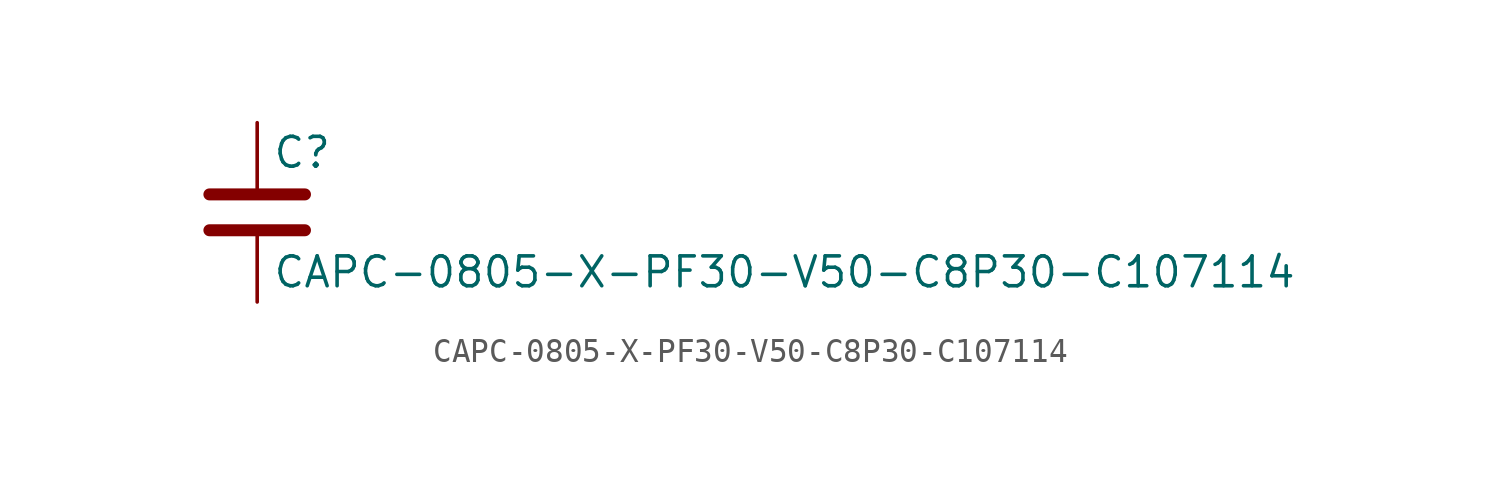
<source format=kicad_sym>
(kicad_symbol_lib
  (version 20211014)
  (generator kicad_symbol_editor)
  (symbol "CAPC-0805-X-PF30-V50-C8P30-C107114"
    (pin_numbers hide)
    (pin_names
      (offset 0.254))
    (property "Reference" "C"
      (at 0.635 2.54 0)
      (effects (font (size 1.27 1.27)) (justify left)))
    (property "Value" "CAPC-0805-X-PF30-V50-C8P30-C107114"
      (at 0.635 -2.54 0)
      (effects (font (size 1.27 1.27)) (justify left)))
    (symbol "CAPC-0805-X-PF30-V50-C8P30-C107114_0_1"
      (polyline (pts (xy -2.032 -0.762) (xy 2.032 -0.762)) (stroke (width 0.508) (type default) (color 0 0 0 0)) (fill (type none)))
      (polyline (pts (xy -2.032 0.762) (xy 2.032 0.762)) (stroke (width 0.508) (type default) (color 0 0 0 0)) (fill (type none))))
    (symbol "CAPC-0805-X-PF30-V50-C8P30-C107114_1_1"
      (pin passive line (at 0 3.81 270) (length 2.794) (name "~" (effects (font (size 1.27 1.27)))) (number "1" (effects (font (size 1.27 1.27)))))
      (pin passive line (at 0 -3.81 90) (length 2.794) (name "~" (effects (font (size 1.27 1.27)))) (number "2" (effects (font (size 1.27 1.27))))))))
</source>
